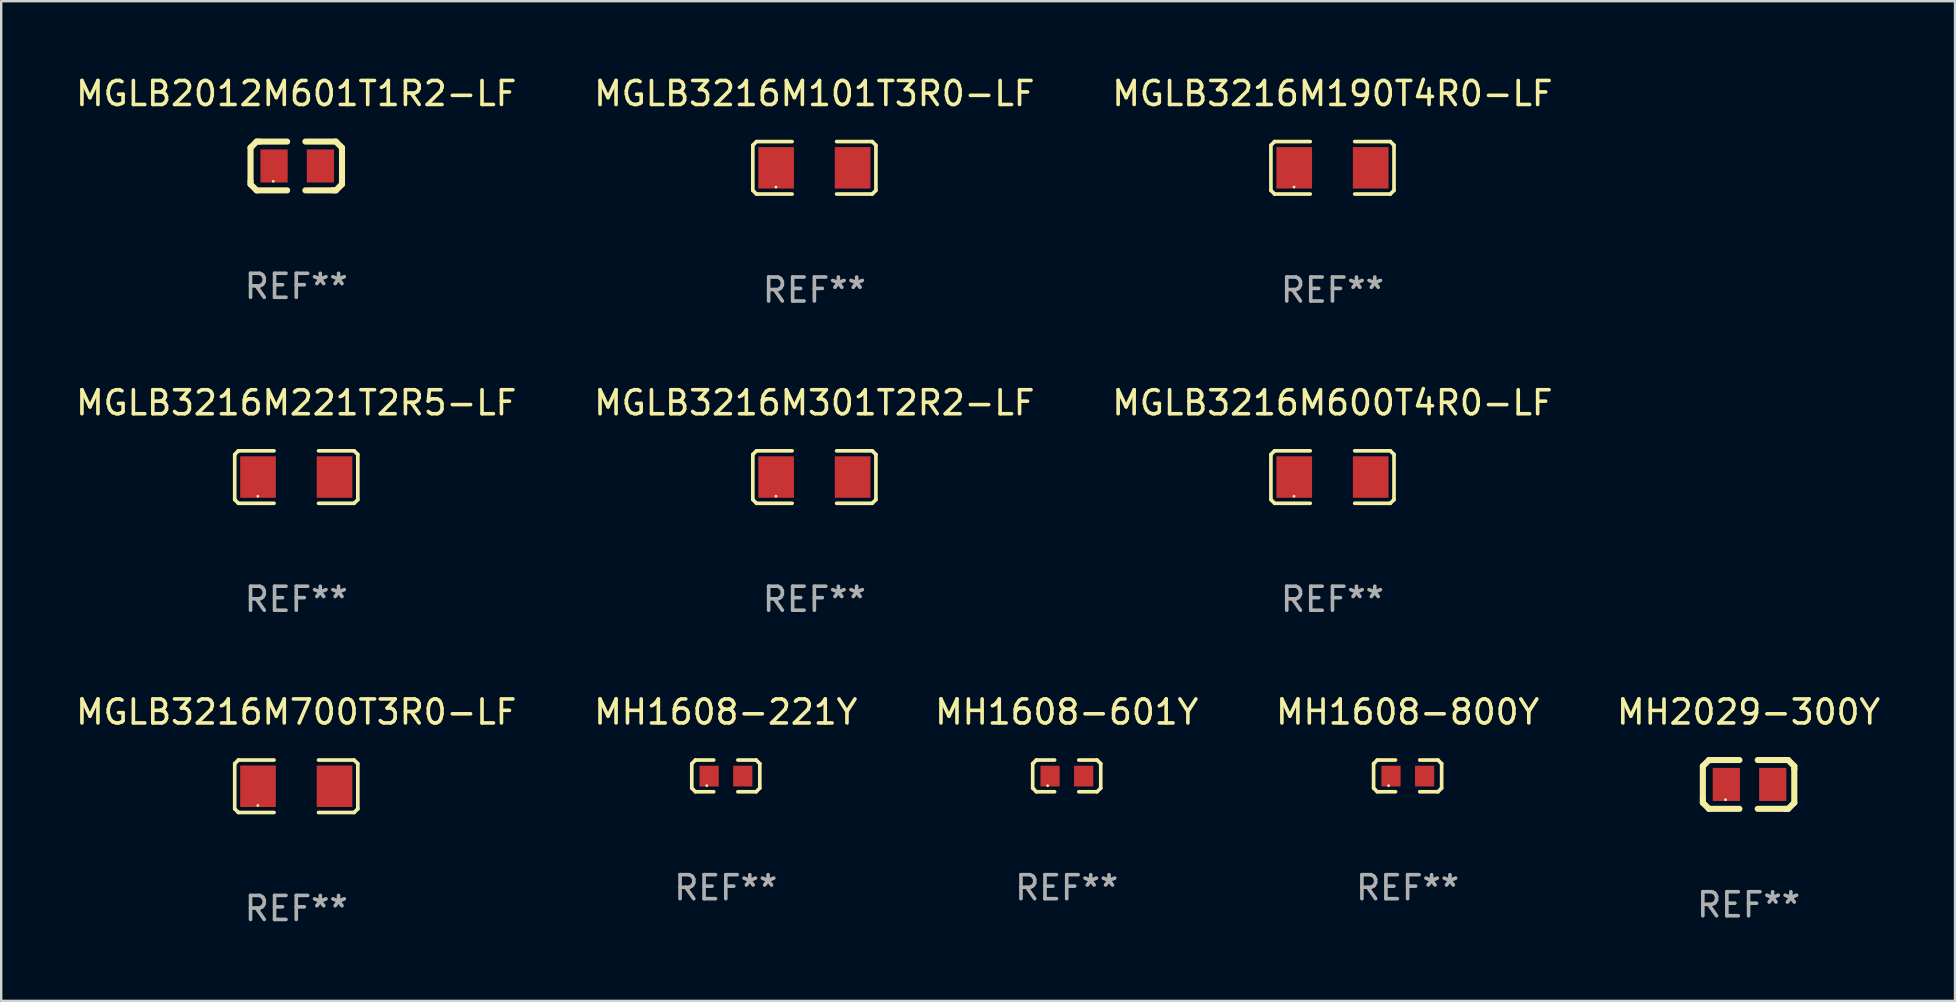
<source format=kicad_pcb>
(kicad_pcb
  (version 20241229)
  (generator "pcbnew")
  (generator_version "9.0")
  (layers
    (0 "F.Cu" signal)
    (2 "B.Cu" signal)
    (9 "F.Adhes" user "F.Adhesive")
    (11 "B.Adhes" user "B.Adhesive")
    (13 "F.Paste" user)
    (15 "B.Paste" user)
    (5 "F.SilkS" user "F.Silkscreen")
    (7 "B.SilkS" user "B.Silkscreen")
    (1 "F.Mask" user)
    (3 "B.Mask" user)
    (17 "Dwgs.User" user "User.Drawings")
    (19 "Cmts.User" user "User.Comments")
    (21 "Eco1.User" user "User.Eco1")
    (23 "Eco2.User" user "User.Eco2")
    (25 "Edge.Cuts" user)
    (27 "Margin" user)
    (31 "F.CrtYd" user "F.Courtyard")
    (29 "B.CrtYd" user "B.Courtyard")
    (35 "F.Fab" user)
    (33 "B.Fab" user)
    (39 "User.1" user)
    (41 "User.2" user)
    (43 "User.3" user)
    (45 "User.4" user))
  (footprint "MGLB3216M190T4R0-LF"
    (layer "F.Cu")
    (at 52.458 3.941)
    (property "Reference" "MGLB3216M190T4R0-LF" (at 0 -3.093 0) (layer "F.SilkS") (effects (font (size 1 1) (thickness 0.15))))
    (attr through_hole)
    (fp_line (start -2.564 -0.94) (end -2.411 -1.093) (stroke (width 0.152) (type solid)) (layer "F.SilkS"))
    (fp_line (start -2.564 0.94) (end -2.564 -0.94) (stroke (width 0.152) (type solid)) (layer "F.SilkS"))
    (fp_line (start -2.411 -1.093) (end -0.926 -1.093) (stroke (width 0.152) (type solid)) (layer "F.SilkS"))
    (fp_line (start -2.411 1.093) (end -2.564 0.94) (stroke (width 0.152) (type solid)) (layer "F.SilkS"))
    (fp_line (start -0.926 1.093) (end -2.411 1.093) (stroke (width 0.152) (type solid)) (layer "F.SilkS"))
    (fp_line (start 0.926 1.093) (end 2.411 1.093) (stroke (width 0.152) (type solid)) (layer "F.SilkS"))
    (fp_line (start 2.411 -1.093) (end 0.926 -1.093) (stroke (width 0.152) (type solid)) (layer "F.SilkS"))
    (fp_line (start 2.411 1.093) (end 2.564 0.94) (stroke (width 0.152) (type solid)) (layer "F.SilkS"))
    (fp_line (start 2.564 -0.94) (end 2.411 -1.093) (stroke (width 0.152) (type solid)) (layer "F.SilkS"))
    (fp_line (start 2.564 0.94) (end 2.564 -0.94) (stroke (width 0.152) (type solid)) (layer "F.SilkS"))
    (fp_circle (center -1.6 0.8) (end -1.57 0.8) (stroke (width 0.06) (type solid)) (fill no) (layer "F.SilkS"))
    (fp_text user "REF**" (at 0 5.093 0) (layer "F.Fab") (effects (font (size 1 1) (thickness 0.15))))
    (pad "1" smd rect (at -1.593 0) (size 1.485 1.728) (layers "F.Cu" "F.Mask" "F.Paste"))
    (pad "2" smd rect (at 1.593 0) (size 1.485 1.728) (layers "F.Cu" "F.Mask" "F.Paste")))
  (footprint "MGLB3216M101T3R0-LF"
    (layer "F.Cu")
    (at 30.875 3.941)
    (property "Reference" "MGLB3216M101T3R0-LF" (at 0 -3.093 0) (layer "F.SilkS") (effects (font (size 1 1) (thickness 0.15))))
    (attr through_hole)
    (fp_line (start -2.564 -0.94) (end -2.411 -1.093) (stroke (width 0.152) (type solid)) (layer "F.SilkS"))
    (fp_line (start -2.564 0.94) (end -2.564 -0.94) (stroke (width 0.152) (type solid)) (layer "F.SilkS"))
    (fp_line (start -2.411 -1.093) (end -0.926 -1.093) (stroke (width 0.152) (type solid)) (layer "F.SilkS"))
    (fp_line (start -2.411 1.093) (end -2.564 0.94) (stroke (width 0.152) (type solid)) (layer "F.SilkS"))
    (fp_line (start -0.926 1.093) (end -2.411 1.093) (stroke (width 0.152) (type solid)) (layer "F.SilkS"))
    (fp_line (start 0.926 1.093) (end 2.411 1.093) (stroke (width 0.152) (type solid)) (layer "F.SilkS"))
    (fp_line (start 2.411 -1.093) (end 0.926 -1.093) (stroke (width 0.152) (type solid)) (layer "F.SilkS"))
    (fp_line (start 2.411 1.093) (end 2.564 0.94) (stroke (width 0.152) (type solid)) (layer "F.SilkS"))
    (fp_line (start 2.564 -0.94) (end 2.411 -1.093) (stroke (width 0.152) (type solid)) (layer "F.SilkS"))
    (fp_line (start 2.564 0.94) (end 2.564 -0.94) (stroke (width 0.152) (type solid)) (layer "F.SilkS"))
    (fp_circle (center -1.6 0.8) (end -1.57 0.8) (stroke (width 0.06) (type solid)) (fill no) (layer "F.SilkS"))
    (fp_text user "REF**" (at 0 5.093 0) (layer "F.Fab") (effects (font (size 1 1) (thickness 0.15))))
    (pad "1" smd rect (at -1.593 0) (size 1.485 1.728) (layers "F.Cu" "F.Mask" "F.Paste"))
    (pad "2" smd rect (at 1.593 0) (size 1.485 1.728) (layers "F.Cu" "F.Mask" "F.Paste")))
  (footprint "MH1608-800Y"
    (layer "F.Cu")
    (at 55.589 29.272)
    (property "Reference" "MH1608-800Y" (at 0 -2.661 0) (layer "F.SilkS") (effects (font (size 1 1) (thickness 0.15))))
    (attr through_hole)
    (fp_line (start -1.417 -0.508) (end -1.265 -0.661) (stroke (width 0.152) (type solid)) (layer "F.SilkS"))
    (fp_line (start -1.417 0.508) (end -1.417 -0.508) (stroke (width 0.152) (type solid)) (layer "F.SilkS"))
    (fp_line (start -1.265 -0.661) (end -0.503 -0.661) (stroke (width 0.152) (type solid)) (layer "F.SilkS"))
    (fp_line (start -1.265 0.661) (end -1.417 0.508) (stroke (width 0.152) (type solid)) (layer "F.SilkS"))
    (fp_line (start -1.265 0.661) (end -0.503 0.661) (stroke (width 0.152) (type solid)) (layer "F.SilkS"))
    (fp_line (start 1.265 -0.661) (end 0.503 -0.661) (stroke (width 0.152) (type solid)) (layer "F.SilkS"))
    (fp_line (start 1.265 -0.661) (end 1.417 -0.508) (stroke (width 0.152) (type solid)) (layer "F.SilkS"))
    (fp_line (start 1.265 0.661) (end 0.503 0.661) (stroke (width 0.152) (type solid)) (layer "F.SilkS"))
    (fp_line (start 1.417 -0.508) (end 1.417 0.508) (stroke (width 0.152) (type solid)) (layer "F.SilkS"))
    (fp_line (start 1.417 0.508) (end 1.265 0.661) (stroke (width 0.152) (type solid)) (layer "F.SilkS"))
    (fp_circle (center -0.793 0.409) (end -0.763 0.409) (stroke (width 0.06) (type solid)) (fill no) (layer "F.SilkS"))
    (fp_text user "REF**" (at 0 4.661 0) (layer "F.Fab") (effects (font (size 1 1) (thickness 0.15))))
    (pad "1" smd rect (at -0.693 0.009 180) (size 0.8 0.864) (layers "F.Cu" "F.Mask" "F.Paste"))
    (pad "2" smd rect (at 0.707 0.009 180) (size 0.8 0.864) (layers "F.Cu" "F.Mask" "F.Paste")))
  (footprint "MGLB3216M221T2R5-LF"
    (layer "F.Cu")
    (at 9.292 16.823)
    (property "Reference" "MGLB3216M221T2R5-LF" (at 0 -3.093 0) (layer "F.SilkS") (effects (font (size 1 1) (thickness 0.15))))
    (attr through_hole)
    (fp_line (start -2.564 -0.94) (end -2.411 -1.093) (stroke (width 0.152) (type solid)) (layer "F.SilkS"))
    (fp_line (start -2.564 0.94) (end -2.564 -0.94) (stroke (width 0.152) (type solid)) (layer "F.SilkS"))
    (fp_line (start -2.411 -1.093) (end -0.926 -1.093) (stroke (width 0.152) (type solid)) (layer "F.SilkS"))
    (fp_line (start -2.411 1.093) (end -2.564 0.94) (stroke (width 0.152) (type solid)) (layer "F.SilkS"))
    (fp_line (start -0.926 1.093) (end -2.411 1.093) (stroke (width 0.152) (type solid)) (layer "F.SilkS"))
    (fp_line (start 0.926 1.093) (end 2.411 1.093) (stroke (width 0.152) (type solid)) (layer "F.SilkS"))
    (fp_line (start 2.411 -1.093) (end 0.926 -1.093) (stroke (width 0.152) (type solid)) (layer "F.SilkS"))
    (fp_line (start 2.411 1.093) (end 2.564 0.94) (stroke (width 0.152) (type solid)) (layer "F.SilkS"))
    (fp_line (start 2.564 -0.94) (end 2.411 -1.093) (stroke (width 0.152) (type solid)) (layer "F.SilkS"))
    (fp_line (start 2.564 0.94) (end 2.564 -0.94) (stroke (width 0.152) (type solid)) (layer "F.SilkS"))
    (fp_circle (center -1.6 0.8) (end -1.57 0.8) (stroke (width 0.06) (type solid)) (fill no) (layer "F.SilkS"))
    (fp_text user "REF**" (at 0 5.093 0) (layer "F.Fab") (effects (font (size 1 1) (thickness 0.15))))
    (pad "1" smd rect (at -1.593 0) (size 1.485 1.728) (layers "F.Cu" "F.Mask" "F.Paste"))
    (pad "2" smd rect (at 1.593 0) (size 1.485 1.728) (layers "F.Cu" "F.Mask" "F.Paste")))
  (footprint "MH2029-300Y"
    (layer "F.Cu")
    (at 69.792 29.628)
    (property "Reference" "MH2029-300Y" (at 0 -3.016 0) (layer "F.SilkS") (effects (font (size 1 1) (thickness 0.15))))
    (attr through_hole)
    (fp_line (start -1.905 -0.762) (end -1.905 0.635) (stroke (width 0.254) (type solid)) (layer "F.SilkS"))
    (fp_line (start -1.905 0.635) (end -1.905 0.762) (stroke (width 0.254) (type solid)) (layer "F.SilkS"))
    (fp_line (start -1.905 0.762) (end -1.651 1.016) (stroke (width 0.254) (type solid)) (layer "F.SilkS"))
    (fp_line (start -1.651 -1.016) (end -1.905 -0.762) (stroke (width 0.254) (type solid)) (layer "F.SilkS"))
    (fp_line (start -1.651 1.016) (end -0.381 1.016) (stroke (width 0.254) (type solid)) (layer "F.SilkS"))
    (fp_line (start -1.524 -1.016) (end -1.651 -1.016) (stroke (width 0.254) (type solid)) (layer "F.SilkS"))
    (fp_line (start -0.381 -1.016) (end -1.524 -1.016) (stroke (width 0.254) (type solid)) (layer "F.SilkS"))
    (fp_line (start 0.381 1.016) (end 1.524 1.016) (stroke (width 0.254) (type solid)) (layer "F.SilkS"))
    (fp_line (start 1.524 1.016) (end 1.651 1.016) (stroke (width 0.254) (type solid)) (layer "F.SilkS"))
    (fp_line (start 1.651 -1.016) (end 0.381 -1.016) (stroke (width 0.254) (type solid)) (layer "F.SilkS"))
    (fp_line (start 1.651 1.016) (end 1.905 0.762) (stroke (width 0.254) (type solid)) (layer "F.SilkS"))
    (fp_line (start 1.905 -0.762) (end 1.651 -1.016) (stroke (width 0.254) (type solid)) (layer "F.SilkS"))
    (fp_line (start 1.905 -0.635) (end 1.905 -0.762) (stroke (width 0.254) (type solid)) (layer "F.SilkS"))
    (fp_line (start 1.905 0.762) (end 1.905 -0.635) (stroke (width 0.254) (type solid)) (layer "F.SilkS"))
    (fp_circle (center -0.96 0.637) (end -0.93 0.637) (stroke (width 0.06) (type solid)) (fill no) (layer "F.SilkS"))
    (fp_text user "REF**" (at 0 5.016 0) (layer "F.Fab") (effects (font (size 1 1) (thickness 0.15))))
    (pad "1" smd rect (at -0.926 -0.000051) (size 1.133 1.377) (layers "F.Cu" "F.Mask" "F.Paste"))
    (pad "2" smd rect (at 1.006 -0.000051) (size 1.133 1.377) (layers "F.Cu" "F.Mask" "F.Paste")))
  (footprint "MGLB2012M601T1R2-LF"
    (layer "F.Cu")
    (at 9.292 3.864)
    (property "Reference" "MGLB2012M601T1R2-LF" (at 0 -3.016 0) (layer "F.SilkS") (effects (font (size 1 1) (thickness 0.15))))
    (attr through_hole)
    (fp_line (start -1.905 -0.762) (end -1.905 0.635) (stroke (width 0.254) (type solid)) (layer "F.SilkS"))
    (fp_line (start -1.905 0.635) (end -1.905 0.762) (stroke (width 0.254) (type solid)) (layer "F.SilkS"))
    (fp_line (start -1.905 0.762) (end -1.651 1.016) (stroke (width 0.254) (type solid)) (layer "F.SilkS"))
    (fp_line (start -1.651 -1.016) (end -1.905 -0.762) (stroke (width 0.254) (type solid)) (layer "F.SilkS"))
    (fp_line (start -1.651 1.016) (end -0.381 1.016) (stroke (width 0.254) (type solid)) (layer "F.SilkS"))
    (fp_line (start -1.524 -1.016) (end -1.651 -1.016) (stroke (width 0.254) (type solid)) (layer "F.SilkS"))
    (fp_line (start -0.381 -1.016) (end -1.524 -1.016) (stroke (width 0.254) (type solid)) (layer "F.SilkS"))
    (fp_line (start 0.381 1.016) (end 1.524 1.016) (stroke (width 0.254) (type solid)) (layer "F.SilkS"))
    (fp_line (start 1.524 1.016) (end 1.651 1.016) (stroke (width 0.254) (type solid)) (layer "F.SilkS"))
    (fp_line (start 1.651 -1.016) (end 0.381 -1.016) (stroke (width 0.254) (type solid)) (layer "F.SilkS"))
    (fp_line (start 1.651 1.016) (end 1.905 0.762) (stroke (width 0.254) (type solid)) (layer "F.SilkS"))
    (fp_line (start 1.905 -0.762) (end 1.651 -1.016) (stroke (width 0.254) (type solid)) (layer "F.SilkS"))
    (fp_line (start 1.905 -0.635) (end 1.905 -0.762) (stroke (width 0.254) (type solid)) (layer "F.SilkS"))
    (fp_line (start 1.905 0.762) (end 1.905 -0.635) (stroke (width 0.254) (type solid)) (layer "F.SilkS"))
    (fp_circle (center -0.96 0.637) (end -0.93 0.637) (stroke (width 0.06) (type solid)) (fill no) (layer "F.SilkS"))
    (fp_text user "REF**" (at 0 5.016 0) (layer "F.Fab") (effects (font (size 1 1) (thickness 0.15))))
    (pad "1" smd rect (at -0.926 -0.000051) (size 1.133 1.377) (layers "F.Cu" "F.Mask" "F.Paste"))
    (pad "2" smd rect (at 1.006 -0.000051) (size 1.133 1.377) (layers "F.Cu" "F.Mask" "F.Paste")))
  (footprint "MGLB3216M600T4R0-LF"
    (layer "F.Cu")
    (at 52.458 16.823)
    (property "Reference" "MGLB3216M600T4R0-LF" (at 0 -3.093 0) (layer "F.SilkS") (effects (font (size 1 1) (thickness 0.15))))
    (attr through_hole)
    (fp_line (start -2.564 -0.94) (end -2.411 -1.093) (stroke (width 0.152) (type solid)) (layer "F.SilkS"))
    (fp_line (start -2.564 0.94) (end -2.564 -0.94) (stroke (width 0.152) (type solid)) (layer "F.SilkS"))
    (fp_line (start -2.411 -1.093) (end -0.926 -1.093) (stroke (width 0.152) (type solid)) (layer "F.SilkS"))
    (fp_line (start -2.411 1.093) (end -2.564 0.94) (stroke (width 0.152) (type solid)) (layer "F.SilkS"))
    (fp_line (start -0.926 1.093) (end -2.411 1.093) (stroke (width 0.152) (type solid)) (layer "F.SilkS"))
    (fp_line (start 0.926 1.093) (end 2.411 1.093) (stroke (width 0.152) (type solid)) (layer "F.SilkS"))
    (fp_line (start 2.411 -1.093) (end 0.926 -1.093) (stroke (width 0.152) (type solid)) (layer "F.SilkS"))
    (fp_line (start 2.411 1.093) (end 2.564 0.94) (stroke (width 0.152) (type solid)) (layer "F.SilkS"))
    (fp_line (start 2.564 -0.94) (end 2.411 -1.093) (stroke (width 0.152) (type solid)) (layer "F.SilkS"))
    (fp_line (start 2.564 0.94) (end 2.564 -0.94) (stroke (width 0.152) (type solid)) (layer "F.SilkS"))
    (fp_circle (center -1.6 0.8) (end -1.57 0.8) (stroke (width 0.06) (type solid)) (fill no) (layer "F.SilkS"))
    (fp_text user "REF**" (at 0 5.093 0) (layer "F.Fab") (effects (font (size 1 1) (thickness 0.15))))
    (pad "1" smd rect (at -1.593 0) (size 1.485 1.728) (layers "F.Cu" "F.Mask" "F.Paste"))
    (pad "2" smd rect (at 1.593 0) (size 1.485 1.728) (layers "F.Cu" "F.Mask" "F.Paste")))
  (footprint "MGLB3216M301T2R2-LF"
    (layer "F.Cu")
    (at 30.875 16.823)
    (property "Reference" "MGLB3216M301T2R2-LF" (at 0 -3.093 0) (layer "F.SilkS") (effects (font (size 1 1) (thickness 0.15))))
    (attr through_hole)
    (fp_line (start -2.564 -0.94) (end -2.411 -1.093) (stroke (width 0.152) (type solid)) (layer "F.SilkS"))
    (fp_line (start -2.564 0.94) (end -2.564 -0.94) (stroke (width 0.152) (type solid)) (layer "F.SilkS"))
    (fp_line (start -2.411 -1.093) (end -0.926 -1.093) (stroke (width 0.152) (type solid)) (layer "F.SilkS"))
    (fp_line (start -2.411 1.093) (end -2.564 0.94) (stroke (width 0.152) (type solid)) (layer "F.SilkS"))
    (fp_line (start -0.926 1.093) (end -2.411 1.093) (stroke (width 0.152) (type solid)) (layer "F.SilkS"))
    (fp_line (start 0.926 1.093) (end 2.411 1.093) (stroke (width 0.152) (type solid)) (layer "F.SilkS"))
    (fp_line (start 2.411 -1.093) (end 0.926 -1.093) (stroke (width 0.152) (type solid)) (layer "F.SilkS"))
    (fp_line (start 2.411 1.093) (end 2.564 0.94) (stroke (width 0.152) (type solid)) (layer "F.SilkS"))
    (fp_line (start 2.564 -0.94) (end 2.411 -1.093) (stroke (width 0.152) (type solid)) (layer "F.SilkS"))
    (fp_line (start 2.564 0.94) (end 2.564 -0.94) (stroke (width 0.152) (type solid)) (layer "F.SilkS"))
    (fp_circle (center -1.6 0.8) (end -1.57 0.8) (stroke (width 0.06) (type solid)) (fill no) (layer "F.SilkS"))
    (fp_text user "REF**" (at 0 5.093 0) (layer "F.Fab") (effects (font (size 1 1) (thickness 0.15))))
    (pad "1" smd rect (at -1.593 0) (size 1.485 1.728) (layers "F.Cu" "F.Mask" "F.Paste"))
    (pad "2" smd rect (at 1.593 0) (size 1.485 1.728) (layers "F.Cu" "F.Mask" "F.Paste")))
  (footprint "MGLB3216M700T3R0-LF"
    (layer "F.Cu")
    (at 9.292 29.704)
    (property "Reference" "MGLB3216M700T3R0-LF" (at 0 -3.093 0) (layer "F.SilkS") (effects (font (size 1 1) (thickness 0.15))))
    (attr through_hole)
    (fp_line (start -2.564 -0.94) (end -2.411 -1.093) (stroke (width 0.152) (type solid)) (layer "F.SilkS"))
    (fp_line (start -2.564 0.94) (end -2.564 -0.94) (stroke (width 0.152) (type solid)) (layer "F.SilkS"))
    (fp_line (start -2.411 -1.093) (end -0.926 -1.093) (stroke (width 0.152) (type solid)) (layer "F.SilkS"))
    (fp_line (start -2.411 1.093) (end -2.564 0.94) (stroke (width 0.152) (type solid)) (layer "F.SilkS"))
    (fp_line (start -0.926 1.093) (end -2.411 1.093) (stroke (width 0.152) (type solid)) (layer "F.SilkS"))
    (fp_line (start 0.926 1.093) (end 2.411 1.093) (stroke (width 0.152) (type solid)) (layer "F.SilkS"))
    (fp_line (start 2.411 -1.093) (end 0.926 -1.093) (stroke (width 0.152) (type solid)) (layer "F.SilkS"))
    (fp_line (start 2.411 1.093) (end 2.564 0.94) (stroke (width 0.152) (type solid)) (layer "F.SilkS"))
    (fp_line (start 2.564 -0.94) (end 2.411 -1.093) (stroke (width 0.152) (type solid)) (layer "F.SilkS"))
    (fp_line (start 2.564 0.94) (end 2.564 -0.94) (stroke (width 0.152) (type solid)) (layer "F.SilkS"))
    (fp_circle (center -1.6 0.8) (end -1.57 0.8) (stroke (width 0.06) (type solid)) (fill no) (layer "F.SilkS"))
    (fp_text user "REF**" (at 0 5.093 0) (layer "F.Fab") (effects (font (size 1 1) (thickness 0.15))))
    (pad "1" smd rect (at -1.593 0) (size 1.485 1.728) (layers "F.Cu" "F.Mask" "F.Paste"))
    (pad "2" smd rect (at 1.593 0) (size 1.485 1.728) (layers "F.Cu" "F.Mask" "F.Paste")))
  (footprint "MH1608-221Y"
    (layer "F.Cu")
    (at 27.185 29.272)
    (property "Reference" "MH1608-221Y" (at 0 -2.661 0) (layer "F.SilkS") (effects (font (size 1 1) (thickness 0.15))))
    (attr through_hole)
    (fp_line (start -1.417 -0.508) (end -1.265 -0.661) (stroke (width 0.152) (type solid)) (layer "F.SilkS"))
    (fp_line (start -1.417 0.508) (end -1.417 -0.508) (stroke (width 0.152) (type solid)) (layer "F.SilkS"))
    (fp_line (start -1.265 -0.661) (end -0.503 -0.661) (stroke (width 0.152) (type solid)) (layer "F.SilkS"))
    (fp_line (start -1.265 0.661) (end -1.417 0.508) (stroke (width 0.152) (type solid)) (layer "F.SilkS"))
    (fp_line (start -1.265 0.661) (end -0.503 0.661) (stroke (width 0.152) (type solid)) (layer "F.SilkS"))
    (fp_line (start 1.265 -0.661) (end 0.503 -0.661) (stroke (width 0.152) (type solid)) (layer "F.SilkS"))
    (fp_line (start 1.265 -0.661) (end 1.417 -0.508) (stroke (width 0.152) (type solid)) (layer "F.SilkS"))
    (fp_line (start 1.265 0.661) (end 0.503 0.661) (stroke (width 0.152) (type solid)) (layer "F.SilkS"))
    (fp_line (start 1.417 -0.508) (end 1.417 0.508) (stroke (width 0.152) (type solid)) (layer "F.SilkS"))
    (fp_line (start 1.417 0.508) (end 1.265 0.661) (stroke (width 0.152) (type solid)) (layer "F.SilkS"))
    (fp_circle (center -0.793 0.409) (end -0.763 0.409) (stroke (width 0.06) (type solid)) (fill no) (layer "F.SilkS"))
    (fp_text user "REF**" (at 0 4.661 0) (layer "F.Fab") (effects (font (size 1 1) (thickness 0.15))))
    (pad "1" smd rect (at -0.693 0.009 180) (size 0.8 0.864) (layers "F.Cu" "F.Mask" "F.Paste"))
    (pad "2" smd rect (at 0.707 0.009 180) (size 0.8 0.864) (layers "F.Cu" "F.Mask" "F.Paste")))
  (footprint "MH1608-601Y"
    (layer "F.Cu")
    (at 41.387 29.272)
    (property "Reference" "MH1608-601Y" (at 0 -2.661 0) (layer "F.SilkS") (effects (font (size 1 1) (thickness 0.15))))
    (attr through_hole)
    (fp_line (start -1.417 -0.508) (end -1.265 -0.661) (stroke (width 0.152) (type solid)) (layer "F.SilkS"))
    (fp_line (start -1.417 0.508) (end -1.417 -0.508) (stroke (width 0.152) (type solid)) (layer "F.SilkS"))
    (fp_line (start -1.265 -0.661) (end -0.503 -0.661) (stroke (width 0.152) (type solid)) (layer "F.SilkS"))
    (fp_line (start -1.265 0.661) (end -1.417 0.508) (stroke (width 0.152) (type solid)) (layer "F.SilkS"))
    (fp_line (start -1.265 0.661) (end -0.503 0.661) (stroke (width 0.152) (type solid)) (layer "F.SilkS"))
    (fp_line (start 1.265 -0.661) (end 0.503 -0.661) (stroke (width 0.152) (type solid)) (layer "F.SilkS"))
    (fp_line (start 1.265 -0.661) (end 1.417 -0.508) (stroke (width 0.152) (type solid)) (layer "F.SilkS"))
    (fp_line (start 1.265 0.661) (end 0.503 0.661) (stroke (width 0.152) (type solid)) (layer "F.SilkS"))
    (fp_line (start 1.417 -0.508) (end 1.417 0.508) (stroke (width 0.152) (type solid)) (layer "F.SilkS"))
    (fp_line (start 1.417 0.508) (end 1.265 0.661) (stroke (width 0.152) (type solid)) (layer "F.SilkS"))
    (fp_circle (center -0.793 0.409) (end -0.763 0.409) (stroke (width 0.06) (type solid)) (fill no) (layer "F.SilkS"))
    (fp_text user "REF**" (at 0 4.661 0) (layer "F.Fab") (effects (font (size 1 1) (thickness 0.15))))
    (pad "1" smd rect (at -0.693 0.009 180) (size 0.8 0.864) (layers "F.Cu" "F.Mask" "F.Paste"))
    (pad "2" smd rect (at 0.707 0.009 180) (size 0.8 0.864) (layers "F.Cu" "F.Mask" "F.Paste")))
  (gr_rect
    (start -3 -3)
    (end 78.393 38.645)
    (stroke (width 0.1) (type default))
    (fill no)
    (layer "Edge.Cuts")))
</source>
